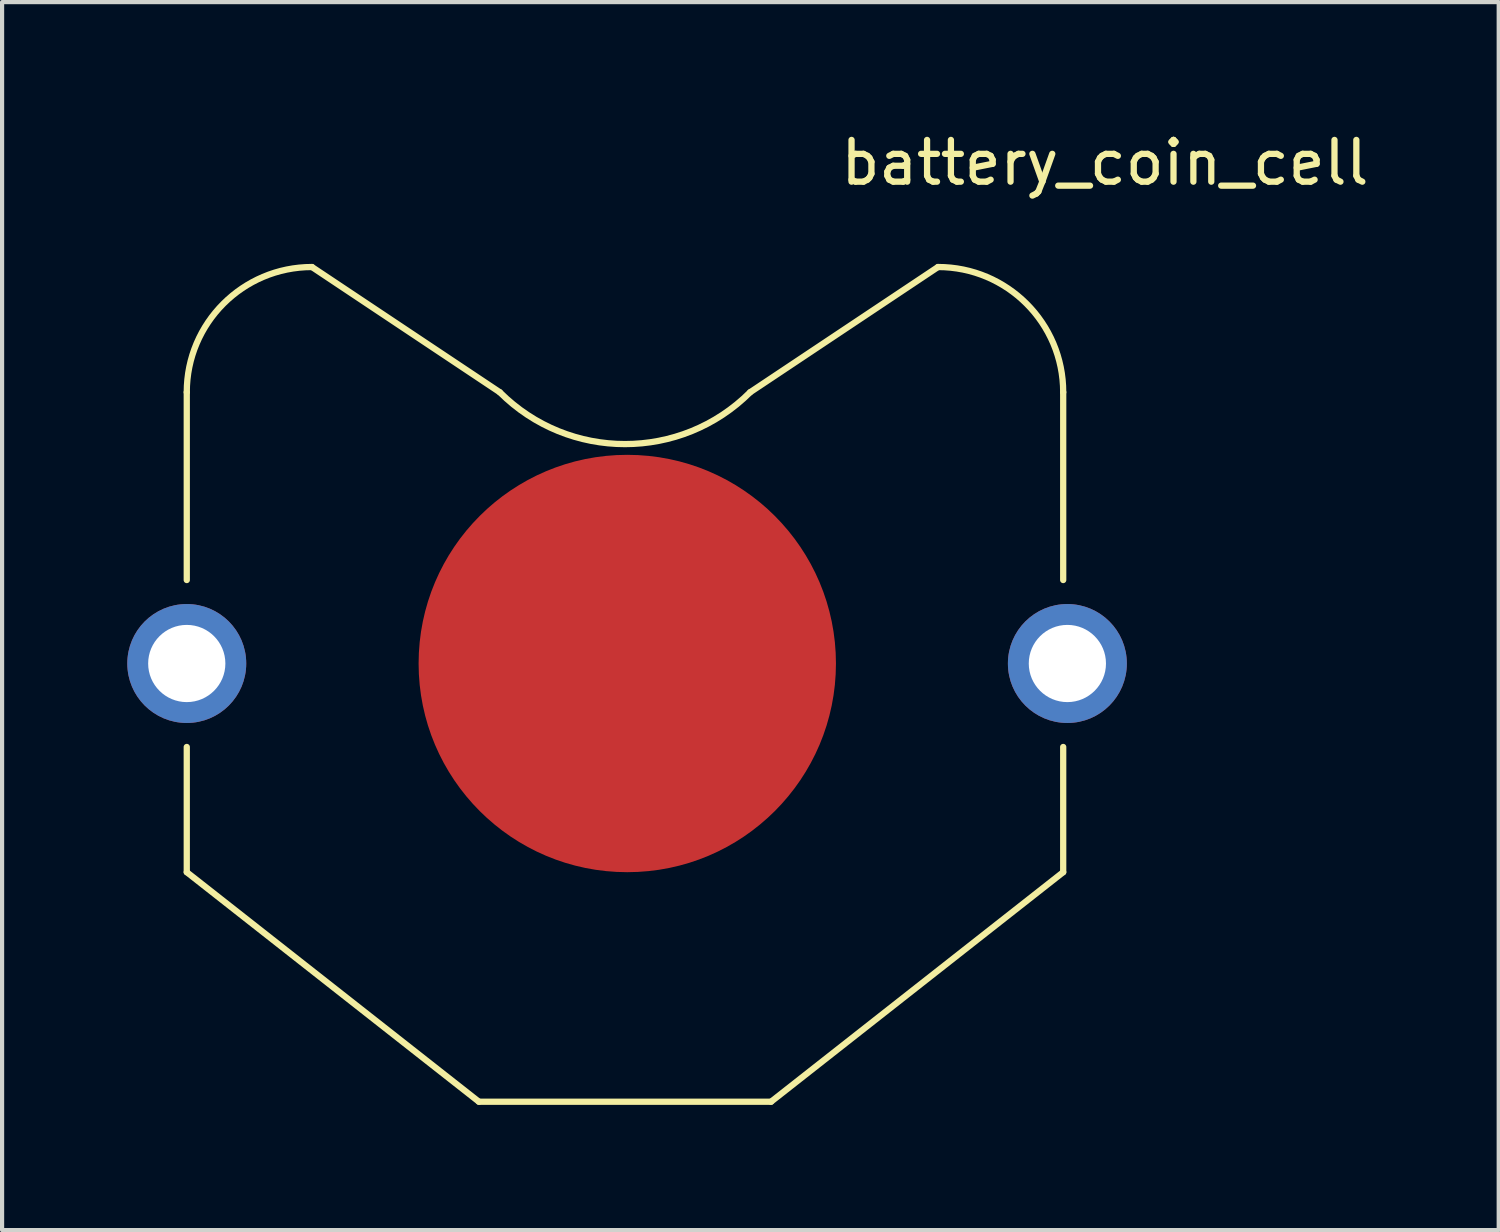
<source format=kicad_pcb>
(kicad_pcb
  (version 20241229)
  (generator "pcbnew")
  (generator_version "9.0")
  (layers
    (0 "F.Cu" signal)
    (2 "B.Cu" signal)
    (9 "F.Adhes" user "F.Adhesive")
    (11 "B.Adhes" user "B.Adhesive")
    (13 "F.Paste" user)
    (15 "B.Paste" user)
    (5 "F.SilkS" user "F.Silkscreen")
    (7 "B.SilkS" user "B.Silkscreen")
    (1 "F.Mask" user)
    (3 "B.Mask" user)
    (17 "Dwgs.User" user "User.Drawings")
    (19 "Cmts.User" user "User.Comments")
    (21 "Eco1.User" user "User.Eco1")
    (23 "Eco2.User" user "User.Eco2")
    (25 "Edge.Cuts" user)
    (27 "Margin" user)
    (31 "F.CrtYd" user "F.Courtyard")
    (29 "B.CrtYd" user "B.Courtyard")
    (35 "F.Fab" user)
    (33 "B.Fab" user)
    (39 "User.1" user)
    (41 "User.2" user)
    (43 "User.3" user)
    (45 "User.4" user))
  (footprint "battery_coin_cell"
    (layer "F.Cu")
    (at 1.425 12.848)
    (property "Reference" "battery_coin_cell" (at 22 -12 0) (layer "F.SilkS") (effects (font (size 1 1) (thickness 0.15))))
    (attr through_hole)
    (fp_line (start 0 -6.5) (end 0 -2) (stroke (width 0.15) (type solid)) (layer "F.SilkS"))
    (fp_line (start 0 5) (end 0 2) (stroke (width 0.15) (type solid)) (layer "F.SilkS"))
    (fp_line (start 3 -9.5) (end 7.5 -6.5) (stroke (width 0.15) (type solid)) (layer "F.SilkS"))
    (fp_line (start 7 10.5) (end 0 5) (stroke (width 0.15) (type solid)) (layer "F.SilkS"))
    (fp_line (start 7 10.5) (end 14 10.5) (stroke (width 0.15) (type solid)) (layer "F.SilkS"))
    (fp_line (start 13.5 -6.5) (end 18 -9.5) (stroke (width 0.15) (type solid)) (layer "F.SilkS"))
    (fp_line (start 14 10.5) (end 21 5) (stroke (width 0.15) (type solid)) (layer "F.SilkS"))
    (fp_line (start 21 -6.5) (end 21 -2) (stroke (width 0.15) (type solid)) (layer "F.SilkS"))
    (fp_line (start 21 5) (end 21 2) (stroke (width 0.15) (type solid)) (layer "F.SilkS"))
    (fp_arc (start 0 -6.5) (mid 0.87868 -8.62132) (end 3 -9.5) (stroke (width 0.15) (type solid)) (layer "F.SilkS"))
    (fp_arc (start 13.5 -6.5) (mid 10.5 -5.257359) (end 7.5 -6.5) (stroke (width 0.15) (type solid)) (layer "F.SilkS"))
    (fp_arc (start 18 -9.5) (mid 20.12132 -8.62132) (end 21 -6.5) (stroke (width 0.15) (type solid)) (layer "F.SilkS"))
    (pad "3V3" thru_hole circle (at 0 0) (size 2.85 2.85) (drill 1.85) (layers "*.Cu" "*.Mask"))
    (pad "3V3" thru_hole circle (at 21.1 0) (size 2.85 2.85) (drill 1.85) (layers "*.Cu" "*.Mask"))
    (pad "GND" connect circle (at 10.555 0) (size 10 10) (layers "F.Cu" "F.Mask")))
  (gr_rect
    (start -3 -3)
    (end 32.86 26.423)
    (stroke (width 0.1) (type default))
    (fill no)
    (layer "Edge.Cuts")))
</source>
